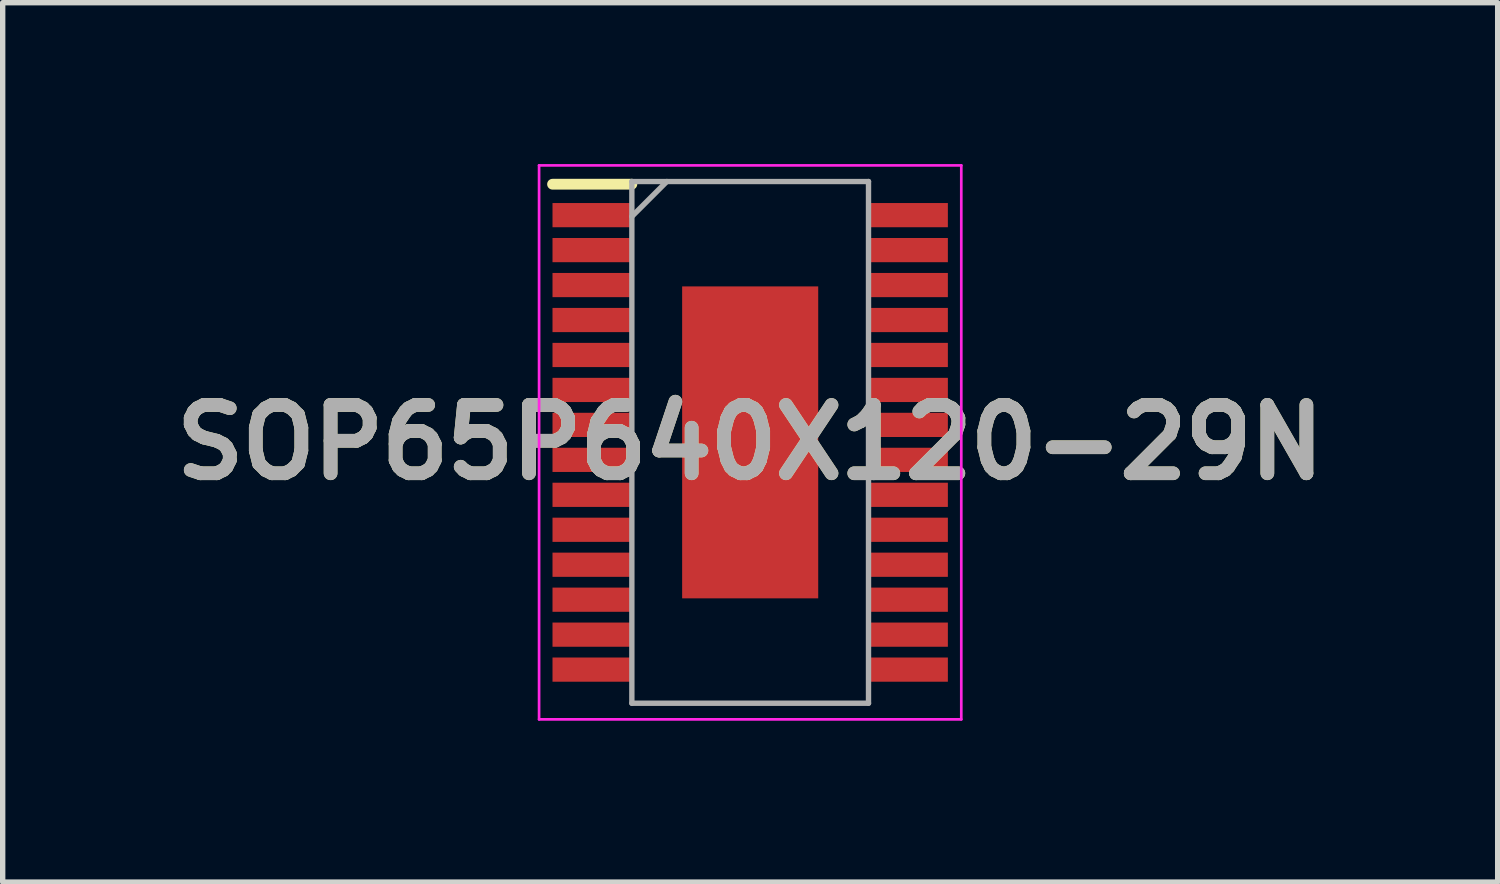
<source format=kicad_pcb>
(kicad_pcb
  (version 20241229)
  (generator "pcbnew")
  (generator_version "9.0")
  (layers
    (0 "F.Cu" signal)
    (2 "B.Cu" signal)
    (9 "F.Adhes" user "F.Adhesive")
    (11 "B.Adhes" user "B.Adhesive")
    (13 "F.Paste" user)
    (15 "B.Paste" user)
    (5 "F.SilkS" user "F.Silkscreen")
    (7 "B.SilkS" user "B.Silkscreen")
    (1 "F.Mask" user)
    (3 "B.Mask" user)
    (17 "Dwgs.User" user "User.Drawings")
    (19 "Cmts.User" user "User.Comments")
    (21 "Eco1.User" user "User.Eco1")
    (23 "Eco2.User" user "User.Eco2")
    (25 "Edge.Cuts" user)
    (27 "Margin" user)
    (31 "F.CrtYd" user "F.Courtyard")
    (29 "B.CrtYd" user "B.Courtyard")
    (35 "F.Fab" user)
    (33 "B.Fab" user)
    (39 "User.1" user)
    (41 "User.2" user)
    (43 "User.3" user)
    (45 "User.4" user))
  (footprint "SOP65P640X120-29N"
    (layer "F.Cu")
    (at 10.898 5.175)
    (property "Reference" "SOP65P640X120-29N" (at 0 0 0) (layer "F.SilkS") (effects (font (size 1.27 1.27) (thickness 0.254))))
    (attr smd)
    (fp_line (start -3.675 -4.8) (end -2.2 -4.8) (stroke (width 0.2) (type solid)) (layer "F.SilkS"))
    (fp_line (start -3.925 -5.15) (end 3.925 -5.15) (stroke (width 0.05) (type solid)) (layer "F.CrtYd"))
    (fp_line (start -3.925 5.15) (end -3.925 -5.15) (stroke (width 0.05) (type solid)) (layer "F.CrtYd"))
    (fp_line (start 3.925 -5.15) (end 3.925 5.15) (stroke (width 0.05) (type solid)) (layer "F.CrtYd"))
    (fp_line (start 3.925 5.15) (end -3.925 5.15) (stroke (width 0.05) (type solid)) (layer "F.CrtYd"))
    (fp_line (start -2.2 -4.85) (end 2.2 -4.85) (stroke (width 0.1) (type solid)) (layer "F.Fab"))
    (fp_line (start -2.2 -4.2) (end -1.55 -4.85) (stroke (width 0.1) (type solid)) (layer "F.Fab"))
    (fp_line (start -2.2 4.85) (end -2.2 -4.85) (stroke (width 0.1) (type solid)) (layer "F.Fab"))
    (fp_line (start 2.2 -4.85) (end 2.2 4.85) (stroke (width 0.1) (type solid)) (layer "F.Fab"))
    (fp_line (start 2.2 4.85) (end -2.2 4.85) (stroke (width 0.1) (type solid)) (layer "F.Fab"))
    (fp_text user "${REFERENCE}" (at 0 0 0) (layer "F.Fab") (effects (font (size 1.27 1.27) (thickness 0.254))))
    (pad "1" smd rect (at -2.938 -4.225 90) (size 0.45 1.475) (layers "F.Cu" "F.Mask" "F.Paste"))
    (pad "2" smd rect (at -2.938 -3.575 90) (size 0.45 1.475) (layers "F.Cu" "F.Mask" "F.Paste"))
    (pad "3" smd rect (at -2.938 -2.925 90) (size 0.45 1.475) (layers "F.Cu" "F.Mask" "F.Paste"))
    (pad "4" smd rect (at -2.938 -2.275 90) (size 0.45 1.475) (layers "F.Cu" "F.Mask" "F.Paste"))
    (pad "5" smd rect (at -2.938 -1.625 90) (size 0.45 1.475) (layers "F.Cu" "F.Mask" "F.Paste"))
    (pad "6" smd rect (at -2.938 -0.975 90) (size 0.45 1.475) (layers "F.Cu" "F.Mask" "F.Paste"))
    (pad "7" smd rect (at -2.938 -0.325 90) (size 0.45 1.475) (layers "F.Cu" "F.Mask" "F.Paste"))
    (pad "8" smd rect (at -2.938 0.325 90) (size 0.45 1.475) (layers "F.Cu" "F.Mask" "F.Paste"))
    (pad "9" smd rect (at -2.938 0.975 90) (size 0.45 1.475) (layers "F.Cu" "F.Mask" "F.Paste"))
    (pad "10" smd rect (at -2.938 1.625 90) (size 0.45 1.475) (layers "F.Cu" "F.Mask" "F.Paste"))
    (pad "11" smd rect (at -2.938 2.275 90) (size 0.45 1.475) (layers "F.Cu" "F.Mask" "F.Paste"))
    (pad "12" smd rect (at -2.938 2.925 90) (size 0.45 1.475) (layers "F.Cu" "F.Mask" "F.Paste"))
    (pad "13" smd rect (at -2.938 3.575 90) (size 0.45 1.475) (layers "F.Cu" "F.Mask" "F.Paste"))
    (pad "14" smd rect (at -2.938 4.225 90) (size 0.45 1.475) (layers "F.Cu" "F.Mask" "F.Paste"))
    (pad "15" smd rect (at 2.938 4.225 90) (size 0.45 1.475) (layers "F.Cu" "F.Mask" "F.Paste"))
    (pad "16" smd rect (at 2.938 3.575 90) (size 0.45 1.475) (layers "F.Cu" "F.Mask" "F.Paste"))
    (pad "17" smd rect (at 2.938 2.925 90) (size 0.45 1.475) (layers "F.Cu" "F.Mask" "F.Paste"))
    (pad "18" smd rect (at 2.938 2.275 90) (size 0.45 1.475) (layers "F.Cu" "F.Mask" "F.Paste"))
    (pad "19" smd rect (at 2.938 1.625 90) (size 0.45 1.475) (layers "F.Cu" "F.Mask" "F.Paste"))
    (pad "20" smd rect (at 2.938 0.975 90) (size 0.45 1.475) (layers "F.Cu" "F.Mask" "F.Paste"))
    (pad "21" smd rect (at 2.938 0.325 90) (size 0.45 1.475) (layers "F.Cu" "F.Mask" "F.Paste"))
    (pad "22" smd rect (at 2.938 -0.325 90) (size 0.45 1.475) (layers "F.Cu" "F.Mask" "F.Paste"))
    (pad "23" smd rect (at 2.938 -0.975 90) (size 0.45 1.475) (layers "F.Cu" "F.Mask" "F.Paste"))
    (pad "24" smd rect (at 2.938 -1.625 90) (size 0.45 1.475) (layers "F.Cu" "F.Mask" "F.Paste"))
    (pad "25" smd rect (at 2.938 -2.275 90) (size 0.45 1.475) (layers "F.Cu" "F.Mask" "F.Paste"))
    (pad "26" smd rect (at 2.938 -2.925 90) (size 0.45 1.475) (layers "F.Cu" "F.Mask" "F.Paste"))
    (pad "27" smd rect (at 2.938 -3.575 90) (size 0.45 1.475) (layers "F.Cu" "F.Mask" "F.Paste"))
    (pad "28" smd rect (at 2.938 -4.225 90) (size 0.45 1.475) (layers "F.Cu" "F.Mask" "F.Paste"))
    (pad "29" smd rect (at 0 0) (size 2.53 5.8) (layers "F.Cu" "F.Mask" "F.Paste")))
  (gr_rect
    (start -3 -3)
    (end 24.796 13.35)
    (stroke (width 0.1) (type default))
    (fill no)
    (layer "Edge.Cuts")))
</source>
